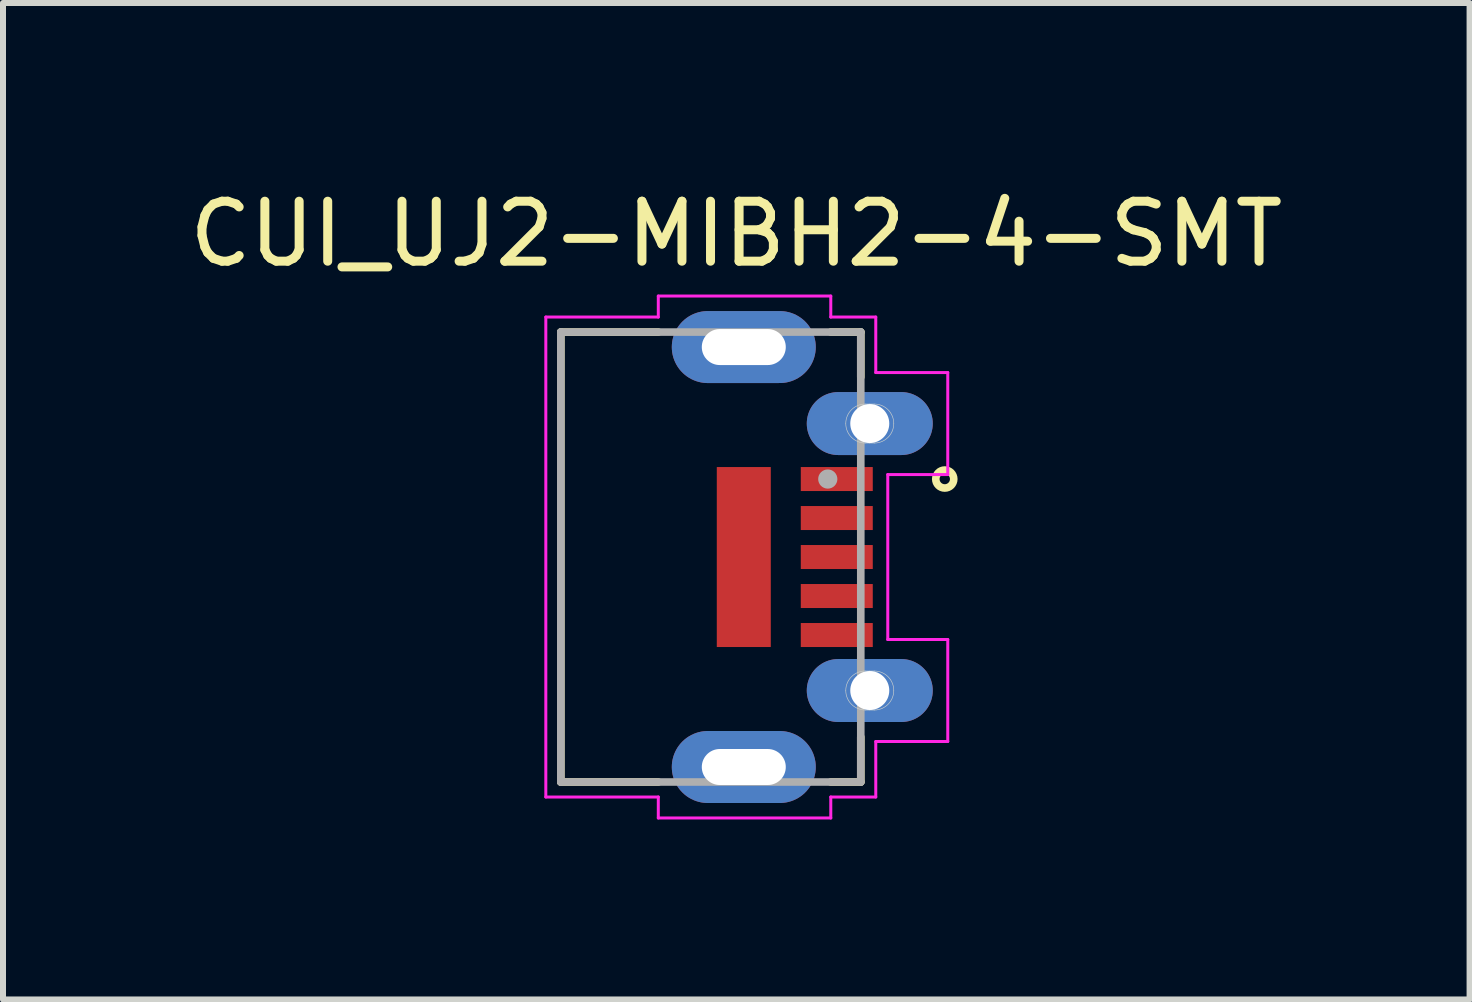
<source format=kicad_pcb>
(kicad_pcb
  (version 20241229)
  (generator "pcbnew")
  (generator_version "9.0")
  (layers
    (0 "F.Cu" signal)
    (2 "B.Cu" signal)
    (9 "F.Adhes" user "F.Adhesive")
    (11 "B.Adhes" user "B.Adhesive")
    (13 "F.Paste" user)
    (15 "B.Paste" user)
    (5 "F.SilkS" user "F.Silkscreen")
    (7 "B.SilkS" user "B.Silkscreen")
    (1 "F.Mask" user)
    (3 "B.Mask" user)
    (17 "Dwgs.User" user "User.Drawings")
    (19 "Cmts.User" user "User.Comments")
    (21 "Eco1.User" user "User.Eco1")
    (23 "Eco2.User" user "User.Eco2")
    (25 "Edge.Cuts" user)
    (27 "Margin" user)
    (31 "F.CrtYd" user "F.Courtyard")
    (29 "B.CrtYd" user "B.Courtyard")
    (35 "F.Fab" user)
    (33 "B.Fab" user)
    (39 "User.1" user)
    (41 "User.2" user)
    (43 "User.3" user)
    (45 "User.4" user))
  (footprint "CUI_UJ2-MIBH2-4-SMT"
    (layer "F.Cu")
    (at 10.898 4.935)
    (property "Reference" "CUI_UJ2-MIBH2-4-SMT" (at -1.676 -4.086 0) (layer "F.SilkS") (effects (font (size 1 1) (thickness 0.15))))
    (attr smd)
    (fp_line (start -4.6 -2.45) (end -2.975 -2.45) (stroke (width 0.127) (type solid)) (layer "F.SilkS"))
    (fp_line (start -4.6 5.05) (end -4.6 -2.45) (stroke (width 0.127) (type solid)) (layer "F.SilkS"))
    (fp_line (start -2.975 5.05) (end -4.6 5.05) (stroke (width 0.127) (type solid)) (layer "F.SilkS"))
    (fp_line (start -0.1 -2.45) (end 0.4 -2.45) (stroke (width 0.127) (type solid)) (layer "F.SilkS"))
    (fp_line (start 0.4 -2.45) (end 0.4 -1.7) (stroke (width 0.127) (type solid)) (layer "F.SilkS"))
    (fp_line (start 0.4 4.3) (end 0.4 5.05) (stroke (width 0.127) (type solid)) (layer "F.SilkS"))
    (fp_line (start 0.4 5.05) (end -0.1 5.05) (stroke (width 0.127) (type solid)) (layer "F.SilkS"))
    (fp_circle (center 1.8 0) (end 1.95 0) (stroke (width 0.127) (type solid)) (fill no) (layer "F.SilkS"))
    (fp_line (start 0.475 -1.25) (end 0.55 -1.25) (stroke (width 0.01) (type solid)) (layer "Edge.Cuts"))
    (fp_line (start 0.475 3.2) (end 0.55 3.2) (stroke (width 0.01) (type solid)) (layer "Edge.Cuts"))
    (fp_line (start 0.55 -1.25) (end 0.625 -1.25) (stroke (width 0.01) (type solid)) (layer "Edge.Cuts"))
    (fp_line (start 0.55 -0.6) (end 0.475 -0.6) (stroke (width 0.01) (type solid)) (layer "Edge.Cuts"))
    (fp_line (start 0.55 3.2) (end 0.625 3.2) (stroke (width 0.01) (type solid)) (layer "Edge.Cuts"))
    (fp_line (start 0.55 3.85) (end 0.475 3.85) (stroke (width 0.01) (type solid)) (layer "Edge.Cuts"))
    (fp_line (start 0.625 -0.6) (end 0.55 -0.6) (stroke (width 0.01) (type solid)) (layer "Edge.Cuts"))
    (fp_line (start 0.625 3.85) (end 0.55 3.85) (stroke (width 0.01) (type solid)) (layer "Edge.Cuts"))
    (fp_arc (start 0.15 -0.925) (mid 0.245337 -1.155163) (end 0.4755 -1.2505) (stroke (width 0.01) (type solid)) (layer "Edge.Cuts"))
    (fp_arc (start 0.15 3.525) (mid 0.245337 3.294837) (end 0.4755 3.1995) (stroke (width 0.01) (type solid)) (layer "Edge.Cuts"))
    (fp_arc (start 0.475 -0.6) (mid 0.24519 -0.69519) (end 0.15 -0.925) (stroke (width 0.01) (type solid)) (layer "Edge.Cuts"))
    (fp_arc (start 0.475 3.85) (mid 0.24519 3.75481) (end 0.15 3.525) (stroke (width 0.01) (type solid)) (layer "Edge.Cuts"))
    (fp_arc (start 0.625 -1.25) (mid 0.85481 -1.15481) (end 0.95 -0.925) (stroke (width 0.01) (type solid)) (layer "Edge.Cuts"))
    (fp_arc (start 0.625 3.2) (mid 0.85481 3.29519) (end 0.95 3.525) (stroke (width 0.01) (type solid)) (layer "Edge.Cuts"))
    (fp_arc (start 0.95 -0.925) (mid 0.854663 -0.694837) (end 0.6245 -0.5995) (stroke (width 0.01) (type solid)) (layer "Edge.Cuts"))
    (fp_arc (start 0.95 3.525) (mid 0.854663 3.755163) (end 0.6245 3.8505) (stroke (width 0.01) (type solid)) (layer "Edge.Cuts"))
    (fp_line (start -4.85 -2.7) (end -2.975 -2.7) (stroke (width 0.05) (type solid)) (layer "F.CrtYd"))
    (fp_line (start -4.85 5.3) (end -4.85 -2.7) (stroke (width 0.05) (type solid)) (layer "F.CrtYd"))
    (fp_line (start -2.975 -3.05) (end -0.1 -3.05) (stroke (width 0.05) (type solid)) (layer "F.CrtYd"))
    (fp_line (start -2.975 -2.7) (end -2.975 -3.05) (stroke (width 0.05) (type solid)) (layer "F.CrtYd"))
    (fp_line (start -2.975 5.3) (end -4.85 5.3) (stroke (width 0.05) (type solid)) (layer "F.CrtYd"))
    (fp_line (start -2.975 5.65) (end -2.975 5.3) (stroke (width 0.05) (type solid)) (layer "F.CrtYd"))
    (fp_line (start -0.1 -3.05) (end -0.1 -2.7) (stroke (width 0.05) (type solid)) (layer "F.CrtYd"))
    (fp_line (start -0.1 -2.7) (end 0.65 -2.7) (stroke (width 0.05) (type solid)) (layer "F.CrtYd"))
    (fp_line (start -0.1 5.3) (end -0.1 5.65) (stroke (width 0.05) (type solid)) (layer "F.CrtYd"))
    (fp_line (start -0.1 5.65) (end -2.975 5.65) (stroke (width 0.05) (type solid)) (layer "F.CrtYd"))
    (fp_line (start 0.65 -2.7) (end 0.65 -1.775) (stroke (width 0.05) (type solid)) (layer "F.CrtYd"))
    (fp_line (start 0.65 -1.775) (end 1.85 -1.775) (stroke (width 0.05) (type solid)) (layer "F.CrtYd"))
    (fp_line (start 0.65 4.375) (end 0.65 5.3) (stroke (width 0.05) (type solid)) (layer "F.CrtYd"))
    (fp_line (start 0.65 5.3) (end -0.1 5.3) (stroke (width 0.05) (type solid)) (layer "F.CrtYd"))
    (fp_line (start 0.85 -0.075) (end 0.85 2.675) (stroke (width 0.05) (type solid)) (layer "F.CrtYd"))
    (fp_line (start 0.85 2.675) (end 1.85 2.675) (stroke (width 0.05) (type solid)) (layer "F.CrtYd"))
    (fp_line (start 1.85 -1.775) (end 1.85 -0.075) (stroke (width 0.05) (type solid)) (layer "F.CrtYd"))
    (fp_line (start 1.85 -0.075) (end 0.85 -0.075) (stroke (width 0.05) (type solid)) (layer "F.CrtYd"))
    (fp_line (start 1.85 2.675) (end 1.85 4.375) (stroke (width 0.05) (type solid)) (layer "F.CrtYd"))
    (fp_line (start 1.85 4.375) (end 0.65 4.375) (stroke (width 0.05) (type solid)) (layer "F.CrtYd"))
    (fp_line (start -4.6 -2.45) (end 0.4 -2.45) (stroke (width 0.127) (type solid)) (layer "F.Fab"))
    (fp_line (start -4.6 5.05) (end -4.6 -2.45) (stroke (width 0.127) (type solid)) (layer "F.Fab"))
    (fp_line (start 0.4 -2.45) (end 0.4 5.05) (stroke (width 0.127) (type solid)) (layer "F.Fab"))
    (fp_line (start 0.4 5.05) (end -4.6 5.05) (stroke (width 0.127) (type solid)) (layer "F.Fab"))
    (fp_circle (center -0.15 0) (end -0.07 0) (stroke (width 0.16) (type solid)) (fill no) (layer "F.Fab"))
    (pad "1" smd rect (at 0 0) (size 1.2 0.4) (layers "F.Cu" "F.Mask" "F.Paste"))
    (pad "2" smd rect (at 0 0.65) (size 1.2 0.4) (layers "F.Cu" "F.Mask" "F.Paste"))
    (pad "3" smd rect (at 0 1.3) (size 1.2 0.4) (layers "F.Cu" "F.Mask" "F.Paste"))
    (pad "4" smd rect (at 0 1.95) (size 1.2 0.4) (layers "F.Cu" "F.Mask" "F.Paste"))
    (pad "5" smd rect (at 0 2.6) (size 1.2 0.4) (layers "F.Cu" "F.Mask" "F.Paste"))
    (pad "6" thru_hole oval (at -1.55 -2.2) (size 2.4 1.2) (drill oval 1.4 0.6) (layers "*.Cu" "*.Mask"))
    (pad "6" smd rect (at -1.55 1.3) (size 0.9 3) (layers "F.Cu" "F.Mask" "F.Paste"))
    (pad "6" thru_hole oval (at -1.55 4.8) (size 2.4 1.2) (drill oval 1.4 0.6) (layers "*.Cu" "*.Mask"))
    (pad "6" thru_hole oval (at 0.55 -0.925) (size 2.1 1.05) (drill 0.65) (layers "*.Cu" "*.Mask"))
    (pad "6" thru_hole oval (at 0.55 3.525) (size 2.1 1.05) (drill 0.65) (layers "*.Cu" "*.Mask")))
  (gr_rect
    (start -3 -3)
    (end 21.446 13.61)
    (stroke (width 0.1) (type default))
    (fill no)
    (layer "Edge.Cuts")))
</source>
